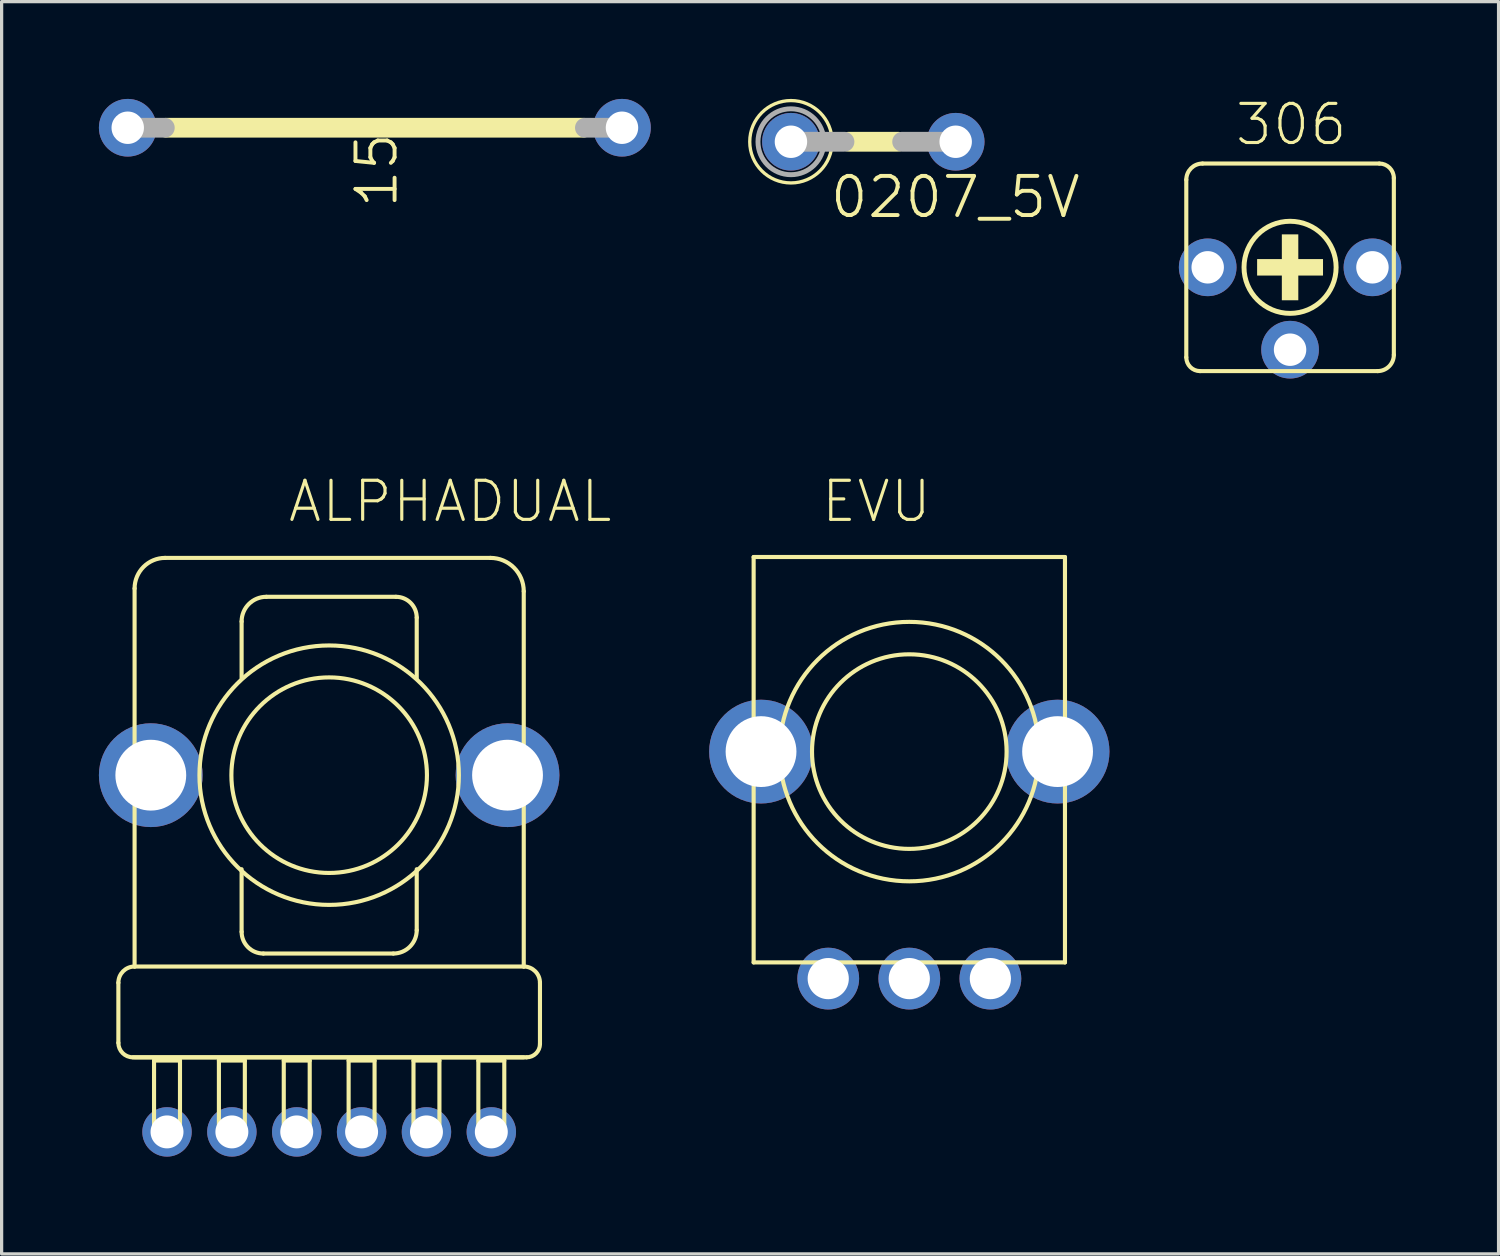
<source format=kicad_pcb>
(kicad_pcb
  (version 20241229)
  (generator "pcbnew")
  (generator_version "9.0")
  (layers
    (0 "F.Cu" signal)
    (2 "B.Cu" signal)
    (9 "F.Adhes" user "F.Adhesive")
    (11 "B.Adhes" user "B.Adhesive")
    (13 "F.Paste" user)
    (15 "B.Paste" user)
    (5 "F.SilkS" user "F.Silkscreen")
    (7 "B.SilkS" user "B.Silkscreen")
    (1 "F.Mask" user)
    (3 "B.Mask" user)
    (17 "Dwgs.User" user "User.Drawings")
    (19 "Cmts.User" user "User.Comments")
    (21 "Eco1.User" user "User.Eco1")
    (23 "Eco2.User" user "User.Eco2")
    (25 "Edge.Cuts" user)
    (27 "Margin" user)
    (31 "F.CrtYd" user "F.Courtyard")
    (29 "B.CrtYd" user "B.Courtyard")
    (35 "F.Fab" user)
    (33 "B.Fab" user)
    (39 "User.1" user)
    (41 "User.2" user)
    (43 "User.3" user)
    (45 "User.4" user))
  (footprint "306"
    (layer "F.Cu")
    (at 36.73 5.193)
    (property "Reference" "306" (at -1.753 -3.697 180) (layer "F.SilkS") (effects (font (size 1.206 1.206) (thickness 0.097)) (justify left bottom)))
    (attr through_hole)
    (fp_line (start -3.2 2.776) (end -3.2 -2.7) (stroke (width 0.127) (type solid)) (layer "F.SilkS"))
    (fp_line (start -2.7 -3.2) (end 2.753 -3.2) (stroke (width 0.127) (type solid)) (layer "F.SilkS"))
    (fp_line (start 2.7 3.2) (end -2.776 3.2) (stroke (width 0.127) (type solid)) (layer "F.SilkS"))
    (fp_line (start 3.2 -2.753) (end 3.2 2.7) (stroke (width 0.127) (type solid)) (layer "F.SilkS"))
    (fp_arc (start -3.2 -2.7) (mid -3.053553 -3.053553) (end -2.7 -3.2) (stroke (width 0.127) (type solid)) (layer "F.SilkS"))
    (fp_arc (start -2.7758 3.2) (mid -3.075755 3.075755) (end -3.2 2.7758) (stroke (width 0.127) (type solid)) (layer "F.SilkS"))
    (fp_arc (start 2.7528 -3.2) (mid 3.069018 -3.069018) (end 3.2 -2.7528) (stroke (width 0.127) (type solid)) (layer "F.SilkS"))
    (fp_arc (start 3.2 2.7) (mid 3.053553 3.053553) (end 2.7 3.2) (stroke (width 0.127) (type solid)) (layer "F.SilkS"))
    (fp_circle (center 0 0) (end 1.42 0) (stroke (width 0.152) (type solid)) (fill no) (layer "F.SilkS"))
    (fp_poly (pts (xy -1.016 0.254) (xy 1.016 0.254) (xy 1.016 -0.254) (xy -1.016 -0.254)) (stroke (width 0) (type solid)) (fill yes) (layer "F.SilkS"))
    (fp_poly (pts (xy -0.254 1.016) (xy 0.254 1.016) (xy 0.254 -1.016) (xy -0.254 -1.016)) (stroke (width 0) (type solid)) (fill yes) (layer "F.SilkS"))
    (pad "1" thru_hole circle (at -2.54 0) (size 1.778 1.778) (drill 1) (layers "*.Cu" "*.Mask"))
    (pad "2" thru_hole circle (at 0 2.54) (size 1.778 1.778) (drill 1) (layers "*.Cu" "*.Mask"))
    (pad "3" thru_hole circle (at 2.54 0) (size 1.778 1.778) (drill 1) (layers "*.Cu" "*.Mask")))
  (footprint "15"
    (layer "F.Cu")
    (at 8.509 0.889)
    (property "Reference" "15" (at 0.762 2.54 90) (layer "F.SilkS") (effects (font (size 1.206 1.206) (thickness 0.121)) (justify left bottom)))
    (attr through_hole)
    (fp_line (start -6.426 0) (end 6.426 0) (stroke (width 0.61) (type solid)) (layer "F.SilkS"))
    (fp_line (start -7.62 0) (end -6.477 0) (stroke (width 0.61) (type solid)) (layer "F.Fab"))
    (fp_line (start 7.62 0) (end 6.477 0) (stroke (width 0.61) (type solid)) (layer "F.Fab"))
    (pad "1" thru_hole circle (at -7.62 0) (size 1.778 1.778) (drill 1) (layers "*.Cu" "*.Mask"))
    (pad "2" thru_hole circle (at 7.62 0) (size 1.778 1.778) (drill 1) (layers "*.Cu" "*.Mask")))
  (footprint "0207_5V"
    (layer "F.Cu")
    (at 23.879 1.321)
    (property "Reference" "0207_5V" (at -1.397 2.413 180) (layer "F.SilkS") (effects (font (size 1.206 1.206) (thickness 0.121)) (justify left bottom)))
    (attr through_hole)
    (fp_line (start -0.762 0) (end 0.762 0) (stroke (width 0.61) (type solid)) (layer "F.SilkS"))
    (fp_circle (center -2.54 0) (end -1.27 0) (stroke (width 0.102) (type solid)) (fill no) (layer "F.SilkS"))
    (fp_line (start -2.54 0) (end -0.889 0) (stroke (width 0.61) (type solid)) (layer "F.Fab"))
    (fp_line (start 0.889 0) (end 2.54 0) (stroke (width 0.61) (type solid)) (layer "F.Fab"))
    (fp_circle (center -2.54 0) (end -1.524 0) (stroke (width 0.152) (type solid)) (fill no) (layer "F.Fab"))
    (pad "1" thru_hole circle (at -2.54 0) (size 1.778 1.778) (drill 1) (layers "*.Cu" "*.Mask"))
    (pad "2" thru_hole circle (at 2.54 0) (size 1.778 1.778) (drill 1) (layers "*.Cu" "*.Mask")))
  (footprint "ALPHADUAL"
    (layer "F.Cu")
    (at 7.1 20.853)
    (property "Reference" "ALPHADUAL" (at -1.328 -7.735 0) (layer "F.SilkS") (effects (font (size 1.206 1.206) (thickness 0.097)) (justify left bottom)))
    (attr through_hole)
    (fp_line (start -6.5 8.253) (end -6.5 6.4) (stroke (width 0.127) (type solid)) (layer "F.SilkS"))
    (fp_line (start -6 -5.757) (end -6 5.9) (stroke (width 0.127) (type solid)) (layer "F.SilkS"))
    (fp_line (start -6 5.9) (end 6 5.9) (stroke (width 0.127) (type solid)) (layer "F.SilkS"))
    (fp_line (start -6 8.7) (end 6 8.7) (stroke (width 0.127) (type solid)) (layer "F.SilkS"))
    (fp_line (start -5.4 8.8) (end -5.4 10.9) (stroke (width 0.127) (type solid)) (layer "F.SilkS"))
    (fp_line (start -5.4 10.9) (end -4.6 10.9) (stroke (width 0.127) (type solid)) (layer "F.SilkS"))
    (fp_line (start -4.6 8.8) (end -5.4 8.8) (stroke (width 0.127) (type solid)) (layer "F.SilkS"))
    (fp_line (start -4.6 10.9) (end -4.6 8.8) (stroke (width 0.127) (type solid)) (layer "F.SilkS"))
    (fp_line (start -3.4 8.8) (end -3.4 10.9) (stroke (width 0.127) (type solid)) (layer "F.SilkS"))
    (fp_line (start -3.4 10.9) (end -2.6 10.9) (stroke (width 0.127) (type solid)) (layer "F.SilkS"))
    (fp_line (start -2.7 -4.739) (end -2.7 -3) (stroke (width 0.127) (type solid)) (layer "F.SilkS"))
    (fp_line (start -2.7 2.9) (end -2.7 4.829) (stroke (width 0.127) (type solid)) (layer "F.SilkS"))
    (fp_line (start -2.6 8.8) (end -3.4 8.8) (stroke (width 0.127) (type solid)) (layer "F.SilkS"))
    (fp_line (start -2.6 10.9) (end -2.6 8.8) (stroke (width 0.127) (type solid)) (layer "F.SilkS"))
    (fp_line (start -2.029 5.5) (end 1.979 5.5) (stroke (width 0.127) (type solid)) (layer "F.SilkS"))
    (fp_line (start -1.4 8.8) (end -1.4 10.9) (stroke (width 0.127) (type solid)) (layer "F.SilkS"))
    (fp_line (start -1.4 10.9) (end -0.6 10.9) (stroke (width 0.127) (type solid)) (layer "F.SilkS"))
    (fp_line (start -0.6 8.8) (end -1.4 8.8) (stroke (width 0.127) (type solid)) (layer "F.SilkS"))
    (fp_line (start -0.6 10.9) (end -0.6 8.8) (stroke (width 0.127) (type solid)) (layer "F.SilkS"))
    (fp_line (start 0.6 8.8) (end 0.6 10.9) (stroke (width 0.127) (type solid)) (layer "F.SilkS"))
    (fp_line (start 0.6 10.9) (end 1.4 10.9) (stroke (width 0.127) (type solid)) (layer "F.SilkS"))
    (fp_line (start 1.4 8.8) (end 0.6 8.8) (stroke (width 0.127) (type solid)) (layer "F.SilkS"))
    (fp_line (start 1.4 10.9) (end 1.4 8.8) (stroke (width 0.127) (type solid)) (layer "F.SilkS"))
    (fp_line (start 2.06 -5.5) (end -1.938 -5.5) (stroke (width 0.127) (type solid)) (layer "F.SilkS"))
    (fp_line (start 2.6 8.8) (end 2.6 10.9) (stroke (width 0.127) (type solid)) (layer "F.SilkS"))
    (fp_line (start 2.6 10.9) (end 3.4 10.9) (stroke (width 0.127) (type solid)) (layer "F.SilkS"))
    (fp_line (start 2.7 -3) (end 2.7 -4.86) (stroke (width 0.127) (type solid)) (layer "F.SilkS"))
    (fp_line (start 2.7 4.779) (end 2.7 2.9) (stroke (width 0.127) (type solid)) (layer "F.SilkS"))
    (fp_line (start 3.4 8.8) (end 2.6 8.8) (stroke (width 0.127) (type solid)) (layer "F.SilkS"))
    (fp_line (start 3.4 10.9) (end 3.4 8.8) (stroke (width 0.127) (type solid)) (layer "F.SilkS"))
    (fp_line (start 4.6 8.8) (end 4.6 10.9) (stroke (width 0.127) (type solid)) (layer "F.SilkS"))
    (fp_line (start 4.6 10.9) (end 5.4 10.9) (stroke (width 0.127) (type solid)) (layer "F.SilkS"))
    (fp_line (start 4.971 -6.7) (end -5.057 -6.7) (stroke (width 0.127) (type solid)) (layer "F.SilkS"))
    (fp_line (start 5.4 8.8) (end 4.6 8.8) (stroke (width 0.127) (type solid)) (layer "F.SilkS"))
    (fp_line (start 5.4 10.9) (end 5.4 8.8) (stroke (width 0.127) (type solid)) (layer "F.SilkS"))
    (fp_line (start 6 5.9) (end 6 -5.67) (stroke (width 0.127) (type solid)) (layer "F.SilkS"))
    (fp_line (start 6.088 8.7) (end -6.053 8.7) (stroke (width 0.127) (type solid)) (layer "F.SilkS"))
    (fp_line (start 6.5 6.4) (end 6.5 8.288) (stroke (width 0.127) (type solid)) (layer "F.SilkS"))
    (fp_arc (start -6.5 6.4) (mid -6.353553 6.046447) (end -6 5.9) (stroke (width 0.127) (type solid)) (layer "F.SilkS"))
    (fp_arc (start -6.0528 8.7) (mid -6.369018 8.569018) (end -6.5 8.2528) (stroke (width 0.127) (type solid)) (layer "F.SilkS"))
    (fp_arc (start -6 -5.7567) (mid -5.723714 -6.423714) (end -5.0567 -6.7) (stroke (width 0.127) (type solid)) (layer "F.SilkS"))
    (fp_arc (start -2.7 -4.7385) (mid -2.476962 -5.276962) (end -1.9385 -5.5) (stroke (width 0.127) (type solid)) (layer "F.SilkS"))
    (fp_arc (start -2.0292 5.5) (mid -2.503527 5.303527) (end -2.7 4.8292) (stroke (width 0.127) (type solid)) (layer "F.SilkS"))
    (fp_arc (start 2.0597 -5.5) (mid 2.51246 -5.31246) (end 2.7 -4.8597) (stroke (width 0.127) (type solid)) (layer "F.SilkS"))
    (fp_arc (start 2.7 4.7789) (mid 2.488795 5.288795) (end 1.9789 5.5) (stroke (width 0.127) (type solid)) (layer "F.SilkS"))
    (fp_arc (start 4.9705 -6.7) (mid 5.698466 -6.398466) (end 6 -5.6705) (stroke (width 0.127) (type solid)) (layer "F.SilkS"))
    (fp_arc (start 6 5.9) (mid 6.353553 6.046447) (end 6.5 6.4) (stroke (width 0.127) (type solid)) (layer "F.SilkS"))
    (fp_arc (start 6.5 8.2877) (mid 6.37924 8.57924) (end 6.0877 8.7) (stroke (width 0.127) (type solid)) (layer "F.SilkS"))
    (fp_circle (center 0 0) (end 3.015 0) (stroke (width 0.127) (type solid)) (fill no) (layer "F.SilkS"))
    (fp_circle (center 0 0) (end 4 0) (stroke (width 0.127) (type solid)) (fill no) (layer "F.SilkS"))
    (pad "1A" thru_hole circle (at -3 11) (size 1.524 1.524) (drill 1.016) (layers "*.Cu" "*.Mask"))
    (pad "1B" thru_hole circle (at -1 11) (size 1.524 1.524) (drill 1.016) (layers "*.Cu" "*.Mask"))
    (pad "2A" thru_hole circle (at -5 11) (size 1.524 1.524) (drill 1.016) (layers "*.Cu" "*.Mask"))
    (pad "2B" thru_hole circle (at 1 11) (size 1.524 1.524) (drill 1.016) (layers "*.Cu" "*.Mask"))
    (pad "3A" thru_hole circle (at 5 11) (size 1.524 1.524) (drill 1.016) (layers "*.Cu" "*.Mask"))
    (pad "3B" thru_hole circle (at 3 11) (size 1.524 1.524) (drill 1.016) (layers "*.Cu" "*.Mask"))
    (pad "M1" thru_hole circle (at -5.5 0) (size 3.2 3.2) (drill 2.184) (layers "*.Cu" "*.Mask"))
    (pad "M2" thru_hole circle (at 5.5 0) (size 3.2 3.2) (drill 2.184) (layers "*.Cu" "*.Mask")))
  (footprint "EVU"
    (layer "F.Cu")
    (at 24.989 20.126)
    (property "Reference" "EVU" (at -2.773 -7.008 0) (layer "F.SilkS") (effects (font (size 1.206 1.206) (thickness 0.097)) (justify left bottom)))
    (attr through_hole)
    (fp_line (start -4.8 -6) (end -4.8 6.5) (stroke (width 0.127) (type solid)) (layer "F.SilkS"))
    (fp_line (start -4.8 6.5) (end 4.8 6.5) (stroke (width 0.127) (type solid)) (layer "F.SilkS"))
    (fp_line (start 4.8 -6) (end -4.8 -6) (stroke (width 0.127) (type solid)) (layer "F.SilkS"))
    (fp_line (start 4.8 6.5) (end 4.8 -6) (stroke (width 0.127) (type solid)) (layer "F.SilkS"))
    (fp_circle (center 0 0) (end 3 0) (stroke (width 0.127) (type solid)) (fill no) (layer "F.SilkS"))
    (fp_circle (center 0 0) (end 4 0) (stroke (width 0.127) (type solid)) (fill no) (layer "F.SilkS"))
    (pad "1" thru_hole circle (at -2.5 7) (size 1.905 1.905) (drill 1.27) (layers "*.Cu" "*.Mask"))
    (pad "2" thru_hole circle (at 0 7) (size 1.905 1.905) (drill 1.27) (layers "*.Cu" "*.Mask"))
    (pad "3" thru_hole circle (at 2.5 7) (size 1.905 1.905) (drill 1.27) (layers "*.Cu" "*.Mask"))
    (pad "M1" thru_hole circle (at -4.572 0) (size 3.2 3.2) (drill 2.184) (layers "*.Cu" "*.Mask"))
    (pad "M2" thru_hole circle (at 4.572 0) (size 3.2 3.2) (drill 2.184) (layers "*.Cu" "*.Mask")))
  (gr_rect
    (start -3 -3)
    (end 43.159 35.615)
    (stroke (width 0.1) (type default))
    (fill no)
    (layer "Edge.Cuts")))
</source>
